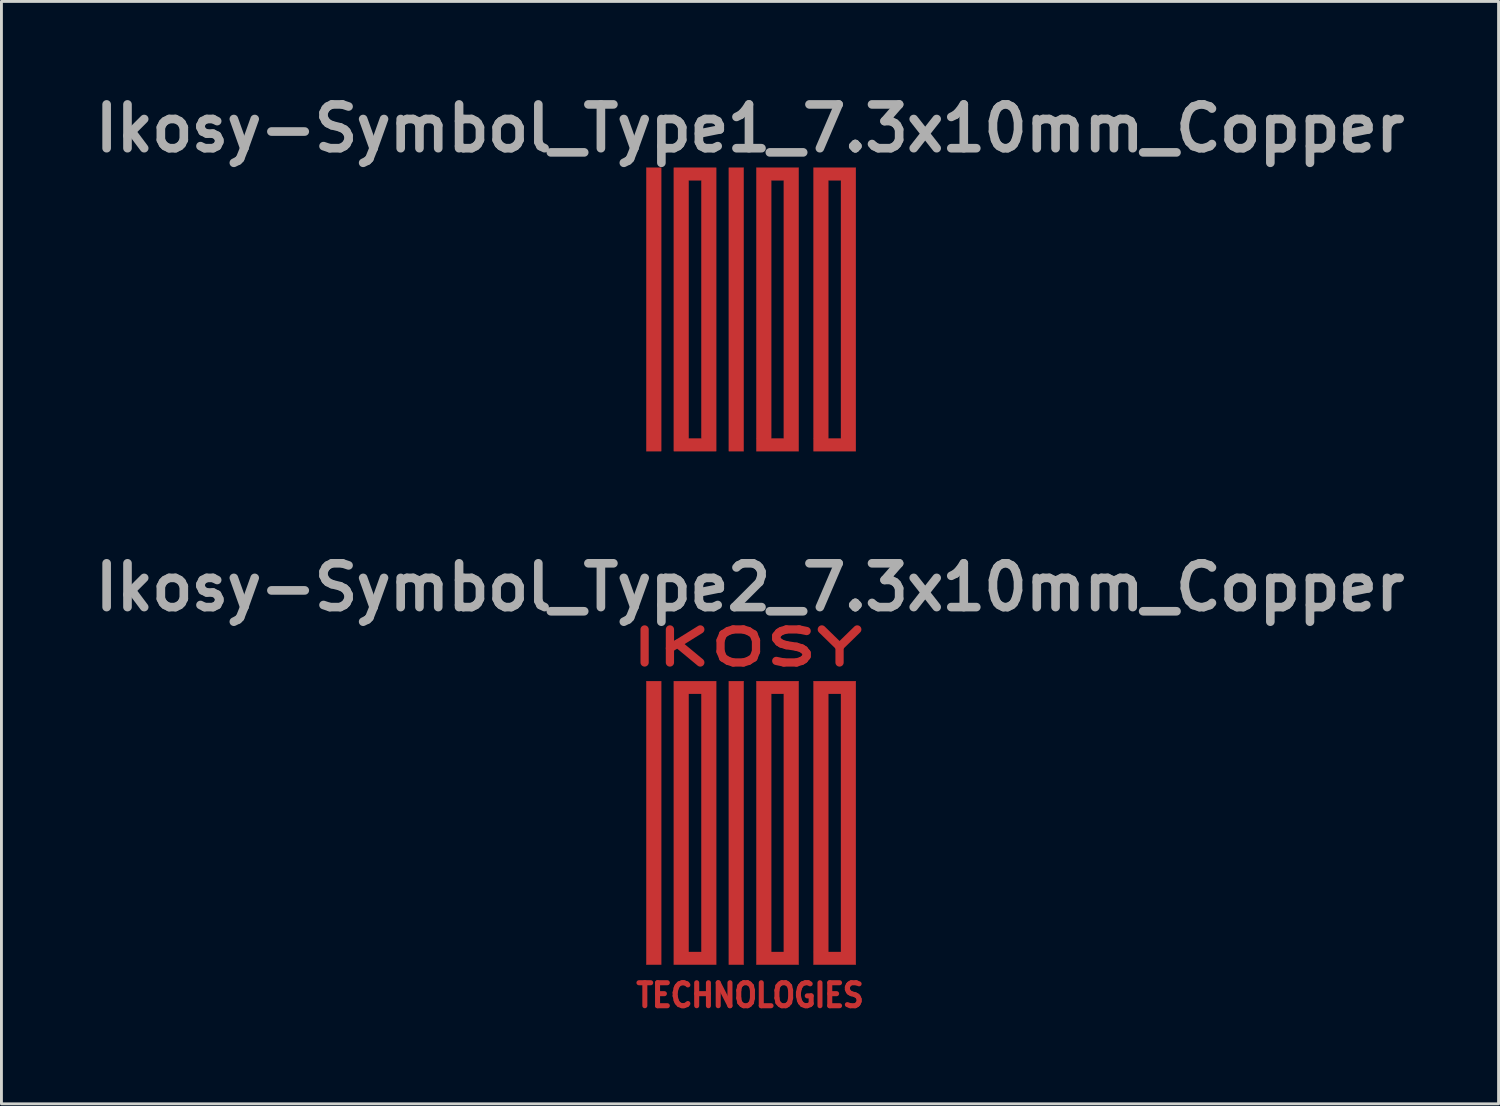
<source format=kicad_pcb>
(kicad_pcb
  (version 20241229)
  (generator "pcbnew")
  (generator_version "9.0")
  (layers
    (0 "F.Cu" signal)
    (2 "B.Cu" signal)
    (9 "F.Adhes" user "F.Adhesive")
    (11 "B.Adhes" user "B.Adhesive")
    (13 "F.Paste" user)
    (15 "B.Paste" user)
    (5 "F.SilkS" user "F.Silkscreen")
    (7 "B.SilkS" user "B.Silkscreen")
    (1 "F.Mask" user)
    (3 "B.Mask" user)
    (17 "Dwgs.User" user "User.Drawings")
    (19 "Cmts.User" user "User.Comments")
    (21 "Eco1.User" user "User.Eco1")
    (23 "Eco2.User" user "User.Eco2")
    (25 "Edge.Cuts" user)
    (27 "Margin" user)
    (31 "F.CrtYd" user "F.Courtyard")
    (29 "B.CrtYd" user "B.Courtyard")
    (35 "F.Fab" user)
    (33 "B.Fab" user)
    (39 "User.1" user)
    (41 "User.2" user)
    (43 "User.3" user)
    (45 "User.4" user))
  (footprint "Ikosy-Symbol_Type2_7.3x10mm_Copper"
    (layer "F.Cu")
    (at 23.049 25.386)
    (property "Reference" "Ikosy-Symbol_Type2_7.3x10mm_Copper" (at 0 -8 0) (layer "F.Fab") (effects (font (size 1.524 1.524) (thickness 0.3))))
    (attr exclude_from_pos_files exclude_from_bom)
    (fp_poly (pts (xy -3.092 5.133) (xy -3.608 5.133) (xy -3.608 -4.733) (xy -3.092 -4.733) (xy -3.092 5.133)) (stroke (width 0.01) (type solid)) (fill yes) (layer "F.Cu"))
    (fp_poly (pts (xy -0.221 5.133) (xy -0.736 5.133) (xy -0.736 -4.733) (xy -0.221 -4.733) (xy -0.221 5.133)) (stroke (width 0.01) (type solid)) (fill yes) (layer "F.Cu"))
    (fp_poly (pts (xy -1.178 5.133) (xy -2.65 5.133) (xy -2.65 -4.291) (xy -2.135 -4.291) (xy -2.135 4.691) (xy -1.693 4.691) (xy -1.693 -4.291) (xy -2.135 -4.291) (xy -2.65 -4.291) (xy -2.65 -4.733) (xy -1.178 -4.733) (xy -1.178 5.133)) (stroke (width 0.01) (type solid)) (fill yes) (layer "F.Cu"))
    (fp_poly (pts (xy 1.693 5.133) (xy 0.221 5.133) (xy 0.221 -4.291) (xy 0.736 -4.291) (xy 0.736 4.691) (xy 1.178 4.691) (xy 1.178 -4.291) (xy 0.736 -4.291) (xy 0.221 -4.291) (xy 0.221 -4.733) (xy 1.693 -4.733) (xy 1.693 5.133)) (stroke (width 0.01) (type solid)) (fill yes) (layer "F.Cu"))
    (fp_poly (pts (xy 3.681 5.133) (xy 2.209 5.133) (xy 2.209 -4.291) (xy 2.724 -4.291) (xy 2.724 4.691) (xy 3.166 4.691) (xy 3.166 -4.291) (xy 2.724 -4.291) (xy 2.209 -4.291) (xy 2.209 -4.733) (xy 3.681 -4.733) (xy 3.681 5.133)) (stroke (width 0.01) (type solid)) (fill yes) (layer "F.Cu"))
    (fp_poly (pts (xy 4 6.8) (xy -4 6.8) (xy -4 -6.8) (xy 4 -6.8)) (stroke (width 0.1) (type solid)) (fill yes) (layer "F.Mask"))
    (fp_text user "TECHNOLOGIES" (at 0 6.2 0) (layer "F.Cu") (effects (font (size 0.8 0.715) (thickness 0.175))))
    (fp_text user "IKOSY" (at -0.1 -5.9 0) (layer "F.Cu") (effects (font (size 1.15 1.85) (thickness 0.287)))))
  (footprint "Ikosy-Symbol_Type1_7.3x10mm_Copper"
    (layer "F.Cu")
    (at 23.049 7.718)
    (property "Reference" "Ikosy-Symbol_Type1_7.3x10mm_Copper" (at 0 -6.3 0) (layer "F.Fab") (effects (font (size 1.524 1.524) (thickness 0.3))))
    (attr exclude_from_pos_files exclude_from_bom)
    (fp_poly (pts (xy -3.092 4.933) (xy -3.608 4.933) (xy -3.608 -4.933) (xy -3.092 -4.933) (xy -3.092 4.933)) (stroke (width 0.01) (type solid)) (fill yes) (layer "F.Cu"))
    (fp_poly (pts (xy -0.221 4.933) (xy -0.736 4.933) (xy -0.736 -4.933) (xy -0.221 -4.933) (xy -0.221 4.933)) (stroke (width 0.01) (type solid)) (fill yes) (layer "F.Cu"))
    (fp_poly (pts (xy -1.178 4.933) (xy -2.65 4.933) (xy -2.65 -4.491) (xy -2.135 -4.491) (xy -2.135 4.491) (xy -1.693 4.491) (xy -1.693 -4.491) (xy -2.135 -4.491) (xy -2.65 -4.491) (xy -2.65 -4.933) (xy -1.178 -4.933) (xy -1.178 4.933)) (stroke (width 0.01) (type solid)) (fill yes) (layer "F.Cu"))
    (fp_poly (pts (xy 1.693 4.933) (xy 0.221 4.933) (xy 0.221 -4.491) (xy 0.736 -4.491) (xy 0.736 4.491) (xy 1.178 4.491) (xy 1.178 -4.491) (xy 0.736 -4.491) (xy 0.221 -4.491) (xy 0.221 -4.933) (xy 1.693 -4.933) (xy 1.693 4.933)) (stroke (width 0.01) (type solid)) (fill yes) (layer "F.Cu"))
    (fp_poly (pts (xy 3.681 4.933) (xy 2.209 4.933) (xy 2.209 -4.491) (xy 2.724 -4.491) (xy 2.724 4.491) (xy 3.166 4.491) (xy 3.166 -4.491) (xy 2.724 -4.491) (xy 2.209 -4.491) (xy 2.209 -4.933) (xy 3.681 -4.933) (xy 3.681 4.933)) (stroke (width 0.01) (type solid)) (fill yes) (layer "F.Cu"))
    (fp_poly (pts (xy 3.9 5.2) (xy -3.9 5.2) (xy -3.9 -5.2) (xy 3.9 -5.2)) (stroke (width 0.1) (type solid)) (fill yes) (layer "F.Mask")))
  (gr_rect
    (start -3 -3)
    (end 49.097 35.361)
    (stroke (width 0.1) (type default))
    (fill no)
    (layer "Edge.Cuts")))
</source>
